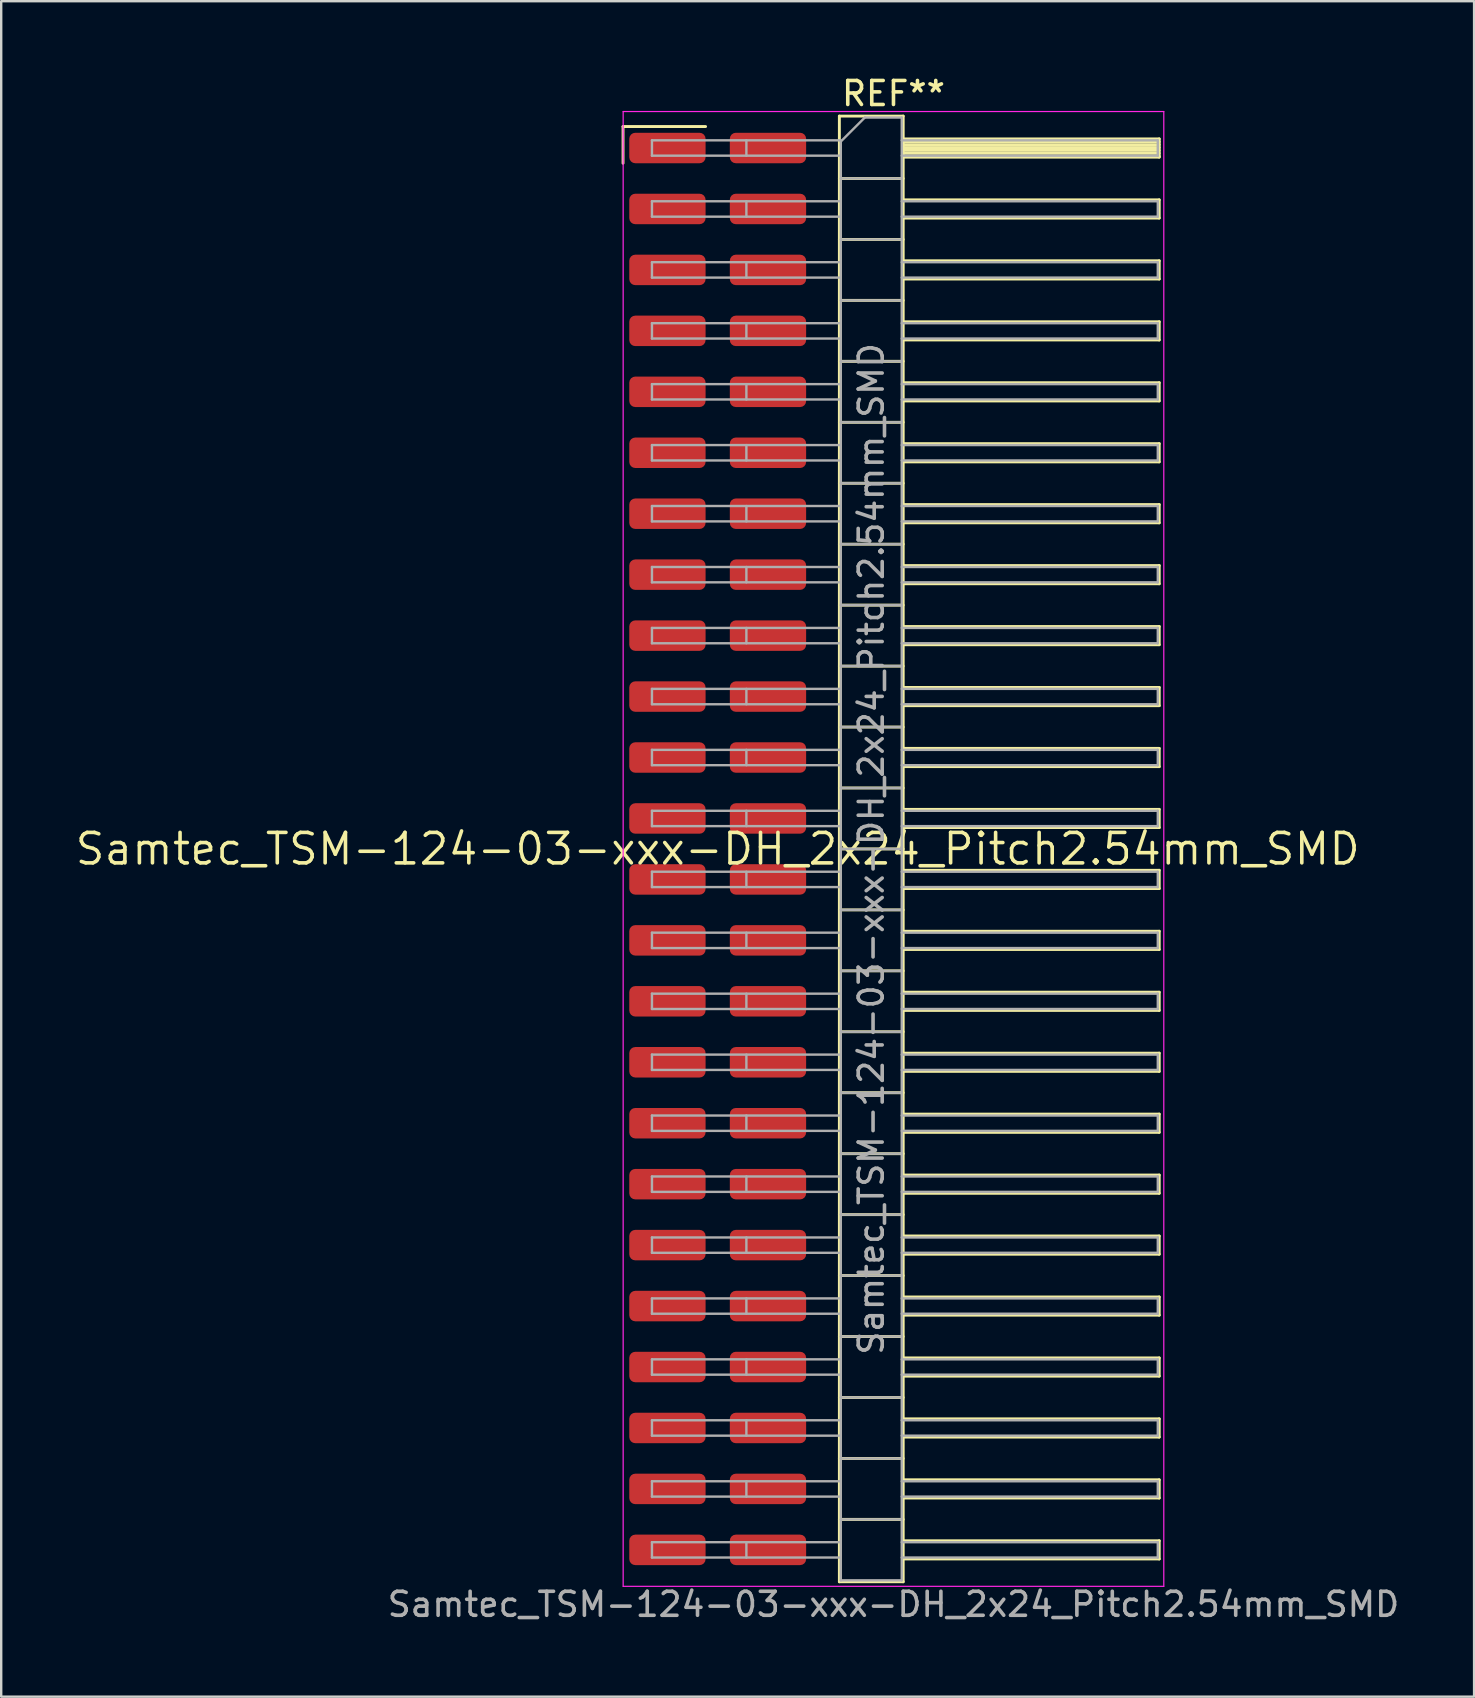
<source format=kicad_pcb>
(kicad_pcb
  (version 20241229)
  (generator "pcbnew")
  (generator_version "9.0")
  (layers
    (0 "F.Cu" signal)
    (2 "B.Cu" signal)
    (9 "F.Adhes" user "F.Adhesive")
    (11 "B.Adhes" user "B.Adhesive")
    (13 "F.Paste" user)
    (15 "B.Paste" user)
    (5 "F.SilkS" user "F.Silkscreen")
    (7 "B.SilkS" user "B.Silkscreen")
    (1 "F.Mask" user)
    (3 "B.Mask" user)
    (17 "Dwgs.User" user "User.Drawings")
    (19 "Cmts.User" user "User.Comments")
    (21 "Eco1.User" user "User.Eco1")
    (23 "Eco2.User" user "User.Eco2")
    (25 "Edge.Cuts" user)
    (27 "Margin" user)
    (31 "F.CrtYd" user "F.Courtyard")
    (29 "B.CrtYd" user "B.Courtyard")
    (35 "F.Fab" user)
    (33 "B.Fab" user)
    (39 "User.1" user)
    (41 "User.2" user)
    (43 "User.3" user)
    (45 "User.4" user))
  (footprint "Samtec_TSM-124-03-xxx-DH_2x24_Pitch2.54mm_SMD"
    (layer "F.Cu")
    (at 26.859 32.328)
    (property "Reference" "Samtec_TSM-124-03-xxx-DH_2x24_Pitch2.54mm_SMD" (at 0 0 0) (layer "F.SilkS") (effects (font (size 1.27 1.27) (thickness 0.15))))
    (attr smd)
    (fp_line (start -3.945 -30.105) (end -0.505 -30.105) (stroke (width 0.12) (type solid)) (layer "F.SilkS"))
    (fp_line (start -3.945 -28.575) (end -3.945 -30.105) (stroke (width 0.12) (type solid)) (layer "F.SilkS"))
    (fp_line (start 5.07 -30.54) (end 7.73 -30.54) (stroke (width 0.12) (type solid)) (layer "F.SilkS"))
    (fp_line (start 5.07 -27.94) (end 7.73 -27.94) (stroke (width 0.12) (type solid)) (layer "F.SilkS"))
    (fp_line (start 5.07 -25.4) (end 7.73 -25.4) (stroke (width 0.12) (type solid)) (layer "F.SilkS"))
    (fp_line (start 5.07 -22.86) (end 7.73 -22.86) (stroke (width 0.12) (type solid)) (layer "F.SilkS"))
    (fp_line (start 5.07 -20.32) (end 7.73 -20.32) (stroke (width 0.12) (type solid)) (layer "F.SilkS"))
    (fp_line (start 5.07 -17.78) (end 7.73 -17.78) (stroke (width 0.12) (type solid)) (layer "F.SilkS"))
    (fp_line (start 5.07 -15.24) (end 7.73 -15.24) (stroke (width 0.12) (type solid)) (layer "F.SilkS"))
    (fp_line (start 5.07 -12.7) (end 7.73 -12.7) (stroke (width 0.12) (type solid)) (layer "F.SilkS"))
    (fp_line (start 5.07 -10.16) (end 7.73 -10.16) (stroke (width 0.12) (type solid)) (layer "F.SilkS"))
    (fp_line (start 5.07 -7.62) (end 7.73 -7.62) (stroke (width 0.12) (type solid)) (layer "F.SilkS"))
    (fp_line (start 5.07 -5.08) (end 7.73 -5.08) (stroke (width 0.12) (type solid)) (layer "F.SilkS"))
    (fp_line (start 5.07 -2.54) (end 7.73 -2.54) (stroke (width 0.12) (type solid)) (layer "F.SilkS"))
    (fp_line (start 5.07 0) (end 7.73 0) (stroke (width 0.12) (type solid)) (layer "F.SilkS"))
    (fp_line (start 5.07 2.54) (end 7.73 2.54) (stroke (width 0.12) (type solid)) (layer "F.SilkS"))
    (fp_line (start 5.07 5.08) (end 7.73 5.08) (stroke (width 0.12) (type solid)) (layer "F.SilkS"))
    (fp_line (start 5.07 7.62) (end 7.73 7.62) (stroke (width 0.12) (type solid)) (layer "F.SilkS"))
    (fp_line (start 5.07 10.16) (end 7.73 10.16) (stroke (width 0.12) (type solid)) (layer "F.SilkS"))
    (fp_line (start 5.07 12.7) (end 7.73 12.7) (stroke (width 0.12) (type solid)) (layer "F.SilkS"))
    (fp_line (start 5.07 15.24) (end 7.73 15.24) (stroke (width 0.12) (type solid)) (layer "F.SilkS"))
    (fp_line (start 5.07 17.78) (end 7.73 17.78) (stroke (width 0.12) (type solid)) (layer "F.SilkS"))
    (fp_line (start 5.07 20.32) (end 7.73 20.32) (stroke (width 0.12) (type solid)) (layer "F.SilkS"))
    (fp_line (start 5.07 22.86) (end 7.73 22.86) (stroke (width 0.12) (type solid)) (layer "F.SilkS"))
    (fp_line (start 5.07 25.4) (end 7.73 25.4) (stroke (width 0.12) (type solid)) (layer "F.SilkS"))
    (fp_line (start 5.07 27.94) (end 7.73 27.94) (stroke (width 0.12) (type solid)) (layer "F.SilkS"))
    (fp_line (start 5.07 30.54) (end 5.07 -30.54) (stroke (width 0.12) (type solid)) (layer "F.SilkS"))
    (fp_line (start 7.73 -30.54) (end 7.73 30.54) (stroke (width 0.12) (type solid)) (layer "F.SilkS"))
    (fp_line (start 7.73 -29.59) (end 18.4 -29.59) (stroke (width 0.12) (type solid)) (layer "F.SilkS"))
    (fp_line (start 7.73 -29.47) (end 18.4 -29.47) (stroke (width 0.12) (type solid)) (layer "F.SilkS"))
    (fp_line (start 7.73 -29.35) (end 18.4 -29.35) (stroke (width 0.12) (type solid)) (layer "F.SilkS"))
    (fp_line (start 7.73 -29.23) (end 18.4 -29.23) (stroke (width 0.12) (type solid)) (layer "F.SilkS"))
    (fp_line (start 7.73 -29.11) (end 18.4 -29.11) (stroke (width 0.12) (type solid)) (layer "F.SilkS"))
    (fp_line (start 7.73 -28.99) (end 18.4 -28.99) (stroke (width 0.12) (type solid)) (layer "F.SilkS"))
    (fp_line (start 7.73 -28.87) (end 18.4 -28.87) (stroke (width 0.12) (type solid)) (layer "F.SilkS"))
    (fp_line (start 7.73 -28.83) (end 18.4 -28.83) (stroke (width 0.12) (type solid)) (layer "F.SilkS"))
    (fp_line (start 7.73 -27.05) (end 18.4 -27.05) (stroke (width 0.12) (type solid)) (layer "F.SilkS"))
    (fp_line (start 7.73 -26.29) (end 18.4 -26.29) (stroke (width 0.12) (type solid)) (layer "F.SilkS"))
    (fp_line (start 7.73 -24.51) (end 18.4 -24.51) (stroke (width 0.12) (type solid)) (layer "F.SilkS"))
    (fp_line (start 7.73 -23.75) (end 18.4 -23.75) (stroke (width 0.12) (type solid)) (layer "F.SilkS"))
    (fp_line (start 7.73 -21.97) (end 18.4 -21.97) (stroke (width 0.12) (type solid)) (layer "F.SilkS"))
    (fp_line (start 7.73 -21.21) (end 18.4 -21.21) (stroke (width 0.12) (type solid)) (layer "F.SilkS"))
    (fp_line (start 7.73 -19.43) (end 18.4 -19.43) (stroke (width 0.12) (type solid)) (layer "F.SilkS"))
    (fp_line (start 7.73 -18.67) (end 18.4 -18.67) (stroke (width 0.12) (type solid)) (layer "F.SilkS"))
    (fp_line (start 7.73 -16.89) (end 18.4 -16.89) (stroke (width 0.12) (type solid)) (layer "F.SilkS"))
    (fp_line (start 7.73 -16.13) (end 18.4 -16.13) (stroke (width 0.12) (type solid)) (layer "F.SilkS"))
    (fp_line (start 7.73 -14.35) (end 18.4 -14.35) (stroke (width 0.12) (type solid)) (layer "F.SilkS"))
    (fp_line (start 7.73 -13.59) (end 18.4 -13.59) (stroke (width 0.12) (type solid)) (layer "F.SilkS"))
    (fp_line (start 7.73 -11.81) (end 18.4 -11.81) (stroke (width 0.12) (type solid)) (layer "F.SilkS"))
    (fp_line (start 7.73 -11.05) (end 18.4 -11.05) (stroke (width 0.12) (type solid)) (layer "F.SilkS"))
    (fp_line (start 7.73 -9.27) (end 18.4 -9.27) (stroke (width 0.12) (type solid)) (layer "F.SilkS"))
    (fp_line (start 7.73 -8.51) (end 18.4 -8.51) (stroke (width 0.12) (type solid)) (layer "F.SilkS"))
    (fp_line (start 7.73 -6.73) (end 18.4 -6.73) (stroke (width 0.12) (type solid)) (layer "F.SilkS"))
    (fp_line (start 7.73 -5.97) (end 18.4 -5.97) (stroke (width 0.12) (type solid)) (layer "F.SilkS"))
    (fp_line (start 7.73 -4.19) (end 18.4 -4.19) (stroke (width 0.12) (type solid)) (layer "F.SilkS"))
    (fp_line (start 7.73 -3.43) (end 18.4 -3.43) (stroke (width 0.12) (type solid)) (layer "F.SilkS"))
    (fp_line (start 7.73 -1.65) (end 18.4 -1.65) (stroke (width 0.12) (type solid)) (layer "F.SilkS"))
    (fp_line (start 7.73 -0.89) (end 18.4 -0.89) (stroke (width 0.12) (type solid)) (layer "F.SilkS"))
    (fp_line (start 7.73 0.89) (end 18.4 0.89) (stroke (width 0.12) (type solid)) (layer "F.SilkS"))
    (fp_line (start 7.73 1.65) (end 18.4 1.65) (stroke (width 0.12) (type solid)) (layer "F.SilkS"))
    (fp_line (start 7.73 3.43) (end 18.4 3.43) (stroke (width 0.12) (type solid)) (layer "F.SilkS"))
    (fp_line (start 7.73 4.19) (end 18.4 4.19) (stroke (width 0.12) (type solid)) (layer "F.SilkS"))
    (fp_line (start 7.73 5.97) (end 18.4 5.97) (stroke (width 0.12) (type solid)) (layer "F.SilkS"))
    (fp_line (start 7.73 6.73) (end 18.4 6.73) (stroke (width 0.12) (type solid)) (layer "F.SilkS"))
    (fp_line (start 7.73 8.51) (end 18.4 8.51) (stroke (width 0.12) (type solid)) (layer "F.SilkS"))
    (fp_line (start 7.73 9.27) (end 18.4 9.27) (stroke (width 0.12) (type solid)) (layer "F.SilkS"))
    (fp_line (start 7.73 11.05) (end 18.4 11.05) (stroke (width 0.12) (type solid)) (layer "F.SilkS"))
    (fp_line (start 7.73 11.81) (end 18.4 11.81) (stroke (width 0.12) (type solid)) (layer "F.SilkS"))
    (fp_line (start 7.73 13.59) (end 18.4 13.59) (stroke (width 0.12) (type solid)) (layer "F.SilkS"))
    (fp_line (start 7.73 14.35) (end 18.4 14.35) (stroke (width 0.12) (type solid)) (layer "F.SilkS"))
    (fp_line (start 7.73 16.13) (end 18.4 16.13) (stroke (width 0.12) (type solid)) (layer "F.SilkS"))
    (fp_line (start 7.73 16.89) (end 18.4 16.89) (stroke (width 0.12) (type solid)) (layer "F.SilkS"))
    (fp_line (start 7.73 18.67) (end 18.4 18.67) (stroke (width 0.12) (type solid)) (layer "F.SilkS"))
    (fp_line (start 7.73 19.43) (end 18.4 19.43) (stroke (width 0.12) (type solid)) (layer "F.SilkS"))
    (fp_line (start 7.73 21.21) (end 18.4 21.21) (stroke (width 0.12) (type solid)) (layer "F.SilkS"))
    (fp_line (start 7.73 21.97) (end 18.4 21.97) (stroke (width 0.12) (type solid)) (layer "F.SilkS"))
    (fp_line (start 7.73 23.75) (end 18.4 23.75) (stroke (width 0.12) (type solid)) (layer "F.SilkS"))
    (fp_line (start 7.73 24.51) (end 18.4 24.51) (stroke (width 0.12) (type solid)) (layer "F.SilkS"))
    (fp_line (start 7.73 26.29) (end 18.4 26.29) (stroke (width 0.12) (type solid)) (layer "F.SilkS"))
    (fp_line (start 7.73 27.05) (end 18.4 27.05) (stroke (width 0.12) (type solid)) (layer "F.SilkS"))
    (fp_line (start 7.73 28.83) (end 18.4 28.83) (stroke (width 0.12) (type solid)) (layer "F.SilkS"))
    (fp_line (start 7.73 29.59) (end 18.4 29.59) (stroke (width 0.12) (type solid)) (layer "F.SilkS"))
    (fp_line (start 7.73 30.54) (end 5.07 30.54) (stroke (width 0.12) (type solid)) (layer "F.SilkS"))
    (fp_line (start 18.4 -29.59) (end 18.4 -28.83) (stroke (width 0.12) (type solid)) (layer "F.SilkS"))
    (fp_line (start 18.4 -27.05) (end 18.4 -26.29) (stroke (width 0.12) (type solid)) (layer "F.SilkS"))
    (fp_line (start 18.4 -24.51) (end 18.4 -23.75) (stroke (width 0.12) (type solid)) (layer "F.SilkS"))
    (fp_line (start 18.4 -21.97) (end 18.4 -21.21) (stroke (width 0.12) (type solid)) (layer "F.SilkS"))
    (fp_line (start 18.4 -19.43) (end 18.4 -18.67) (stroke (width 0.12) (type solid)) (layer "F.SilkS"))
    (fp_line (start 18.4 -16.89) (end 18.4 -16.13) (stroke (width 0.12) (type solid)) (layer "F.SilkS"))
    (fp_line (start 18.4 -14.35) (end 18.4 -13.59) (stroke (width 0.12) (type solid)) (layer "F.SilkS"))
    (fp_line (start 18.4 -11.81) (end 18.4 -11.05) (stroke (width 0.12) (type solid)) (layer "F.SilkS"))
    (fp_line (start 18.4 -9.27) (end 18.4 -8.51) (stroke (width 0.12) (type solid)) (layer "F.SilkS"))
    (fp_line (start 18.4 -6.73) (end 18.4 -5.97) (stroke (width 0.12) (type solid)) (layer "F.SilkS"))
    (fp_line (start 18.4 -4.19) (end 18.4 -3.43) (stroke (width 0.12) (type solid)) (layer "F.SilkS"))
    (fp_line (start 18.4 -1.65) (end 18.4 -0.89) (stroke (width 0.12) (type solid)) (layer "F.SilkS"))
    (fp_line (start 18.4 0.89) (end 18.4 1.65) (stroke (width 0.12) (type solid)) (layer "F.SilkS"))
    (fp_line (start 18.4 3.43) (end 18.4 4.19) (stroke (width 0.12) (type solid)) (layer "F.SilkS"))
    (fp_line (start 18.4 5.97) (end 18.4 6.73) (stroke (width 0.12) (type solid)) (layer "F.SilkS"))
    (fp_line (start 18.4 8.51) (end 18.4 9.27) (stroke (width 0.12) (type solid)) (layer "F.SilkS"))
    (fp_line (start 18.4 11.05) (end 18.4 11.81) (stroke (width 0.12) (type solid)) (layer "F.SilkS"))
    (fp_line (start 18.4 13.59) (end 18.4 14.35) (stroke (width 0.12) (type solid)) (layer "F.SilkS"))
    (fp_line (start 18.4 16.13) (end 18.4 16.89) (stroke (width 0.12) (type solid)) (layer "F.SilkS"))
    (fp_line (start 18.4 18.67) (end 18.4 19.43) (stroke (width 0.12) (type solid)) (layer "F.SilkS"))
    (fp_line (start 18.4 21.21) (end 18.4 21.97) (stroke (width 0.12) (type solid)) (layer "F.SilkS"))
    (fp_line (start 18.4 23.75) (end 18.4 24.51) (stroke (width 0.12) (type solid)) (layer "F.SilkS"))
    (fp_line (start 18.4 26.29) (end 18.4 27.05) (stroke (width 0.12) (type solid)) (layer "F.SilkS"))
    (fp_line (start 18.4 28.83) (end 18.4 29.59) (stroke (width 0.12) (type solid)) (layer "F.SilkS"))
    (fp_line (start -3.94 -30.73) (end 18.59 -30.73) (stroke (width 0.05) (type solid)) (layer "F.CrtYd"))
    (fp_line (start -3.94 30.73) (end -3.94 -30.73) (stroke (width 0.05) (type solid)) (layer "F.CrtYd"))
    (fp_line (start 18.59 -30.73) (end 18.59 30.73) (stroke (width 0.05) (type solid)) (layer "F.CrtYd"))
    (fp_line (start 18.59 30.73) (end -3.94 30.73) (stroke (width 0.05) (type solid)) (layer "F.CrtYd"))
    (fp_line (start -2.74 -29.53) (end -2.74 -28.89) (stroke (width 0.1) (type solid)) (layer "F.Fab"))
    (fp_line (start -2.74 -29.53) (end 5.13 -29.53) (stroke (width 0.1) (type solid)) (layer "F.Fab"))
    (fp_line (start -2.74 -28.89) (end 5.13 -28.89) (stroke (width 0.1) (type solid)) (layer "F.Fab"))
    (fp_line (start -2.74 -26.99) (end -2.74 -26.35) (stroke (width 0.1) (type solid)) (layer "F.Fab"))
    (fp_line (start -2.74 -26.99) (end 5.13 -26.99) (stroke (width 0.1) (type solid)) (layer "F.Fab"))
    (fp_line (start -2.74 -26.35) (end 5.13 -26.35) (stroke (width 0.1) (type solid)) (layer "F.Fab"))
    (fp_line (start -2.74 -24.45) (end -2.74 -23.81) (stroke (width 0.1) (type solid)) (layer "F.Fab"))
    (fp_line (start -2.74 -24.45) (end 5.13 -24.45) (stroke (width 0.1) (type solid)) (layer "F.Fab"))
    (fp_line (start -2.74 -23.81) (end 5.13 -23.81) (stroke (width 0.1) (type solid)) (layer "F.Fab"))
    (fp_line (start -2.74 -21.91) (end -2.74 -21.27) (stroke (width 0.1) (type solid)) (layer "F.Fab"))
    (fp_line (start -2.74 -21.91) (end 5.13 -21.91) (stroke (width 0.1) (type solid)) (layer "F.Fab"))
    (fp_line (start -2.74 -21.27) (end 5.13 -21.27) (stroke (width 0.1) (type solid)) (layer "F.Fab"))
    (fp_line (start -2.74 -19.37) (end -2.74 -18.73) (stroke (width 0.1) (type solid)) (layer "F.Fab"))
    (fp_line (start -2.74 -19.37) (end 5.13 -19.37) (stroke (width 0.1) (type solid)) (layer "F.Fab"))
    (fp_line (start -2.74 -18.73) (end 5.13 -18.73) (stroke (width 0.1) (type solid)) (layer "F.Fab"))
    (fp_line (start -2.74 -16.83) (end -2.74 -16.19) (stroke (width 0.1) (type solid)) (layer "F.Fab"))
    (fp_line (start -2.74 -16.83) (end 5.13 -16.83) (stroke (width 0.1) (type solid)) (layer "F.Fab"))
    (fp_line (start -2.74 -16.19) (end 5.13 -16.19) (stroke (width 0.1) (type solid)) (layer "F.Fab"))
    (fp_line (start -2.74 -14.29) (end -2.74 -13.65) (stroke (width 0.1) (type solid)) (layer "F.Fab"))
    (fp_line (start -2.74 -14.29) (end 5.13 -14.29) (stroke (width 0.1) (type solid)) (layer "F.Fab"))
    (fp_line (start -2.74 -13.65) (end 5.13 -13.65) (stroke (width 0.1) (type solid)) (layer "F.Fab"))
    (fp_line (start -2.74 -11.75) (end -2.74 -11.11) (stroke (width 0.1) (type solid)) (layer "F.Fab"))
    (fp_line (start -2.74 -11.75) (end 5.13 -11.75) (stroke (width 0.1) (type solid)) (layer "F.Fab"))
    (fp_line (start -2.74 -11.11) (end 5.13 -11.11) (stroke (width 0.1) (type solid)) (layer "F.Fab"))
    (fp_line (start -2.74 -9.21) (end -2.74 -8.57) (stroke (width 0.1) (type solid)) (layer "F.Fab"))
    (fp_line (start -2.74 -9.21) (end 5.13 -9.21) (stroke (width 0.1) (type solid)) (layer "F.Fab"))
    (fp_line (start -2.74 -8.57) (end 5.13 -8.57) (stroke (width 0.1) (type solid)) (layer "F.Fab"))
    (fp_line (start -2.74 -6.67) (end -2.74 -6.03) (stroke (width 0.1) (type solid)) (layer "F.Fab"))
    (fp_line (start -2.74 -6.67) (end 5.13 -6.67) (stroke (width 0.1) (type solid)) (layer "F.Fab"))
    (fp_line (start -2.74 -6.03) (end 5.13 -6.03) (stroke (width 0.1) (type solid)) (layer "F.Fab"))
    (fp_line (start -2.74 -4.13) (end -2.74 -3.49) (stroke (width 0.1) (type solid)) (layer "F.Fab"))
    (fp_line (start -2.74 -4.13) (end 5.13 -4.13) (stroke (width 0.1) (type solid)) (layer "F.Fab"))
    (fp_line (start -2.74 -3.49) (end 5.13 -3.49) (stroke (width 0.1) (type solid)) (layer "F.Fab"))
    (fp_line (start -2.74 -1.59) (end -2.74 -0.95) (stroke (width 0.1) (type solid)) (layer "F.Fab"))
    (fp_line (start -2.74 -1.59) (end 5.13 -1.59) (stroke (width 0.1) (type solid)) (layer "F.Fab"))
    (fp_line (start -2.74 -0.95) (end 5.13 -0.95) (stroke (width 0.1) (type solid)) (layer "F.Fab"))
    (fp_line (start -2.74 0.95) (end -2.74 1.59) (stroke (width 0.1) (type solid)) (layer "F.Fab"))
    (fp_line (start -2.74 0.95) (end 5.13 0.95) (stroke (width 0.1) (type solid)) (layer "F.Fab"))
    (fp_line (start -2.74 1.59) (end 5.13 1.59) (stroke (width 0.1) (type solid)) (layer "F.Fab"))
    (fp_line (start -2.74 3.49) (end -2.74 4.13) (stroke (width 0.1) (type solid)) (layer "F.Fab"))
    (fp_line (start -2.74 3.49) (end 5.13 3.49) (stroke (width 0.1) (type solid)) (layer "F.Fab"))
    (fp_line (start -2.74 4.13) (end 5.13 4.13) (stroke (width 0.1) (type solid)) (layer "F.Fab"))
    (fp_line (start -2.74 6.03) (end -2.74 6.67) (stroke (width 0.1) (type solid)) (layer "F.Fab"))
    (fp_line (start -2.74 6.03) (end 5.13 6.03) (stroke (width 0.1) (type solid)) (layer "F.Fab"))
    (fp_line (start -2.74 6.67) (end 5.13 6.67) (stroke (width 0.1) (type solid)) (layer "F.Fab"))
    (fp_line (start -2.74 8.57) (end -2.74 9.21) (stroke (width 0.1) (type solid)) (layer "F.Fab"))
    (fp_line (start -2.74 8.57) (end 5.13 8.57) (stroke (width 0.1) (type solid)) (layer "F.Fab"))
    (fp_line (start -2.74 9.21) (end 5.13 9.21) (stroke (width 0.1) (type solid)) (layer "F.Fab"))
    (fp_line (start -2.74 11.11) (end -2.74 11.75) (stroke (width 0.1) (type solid)) (layer "F.Fab"))
    (fp_line (start -2.74 11.11) (end 5.13 11.11) (stroke (width 0.1) (type solid)) (layer "F.Fab"))
    (fp_line (start -2.74 11.75) (end 5.13 11.75) (stroke (width 0.1) (type solid)) (layer "F.Fab"))
    (fp_line (start -2.74 13.65) (end -2.74 14.29) (stroke (width 0.1) (type solid)) (layer "F.Fab"))
    (fp_line (start -2.74 13.65) (end 5.13 13.65) (stroke (width 0.1) (type solid)) (layer "F.Fab"))
    (fp_line (start -2.74 14.29) (end 5.13 14.29) (stroke (width 0.1) (type solid)) (layer "F.Fab"))
    (fp_line (start -2.74 16.19) (end -2.74 16.83) (stroke (width 0.1) (type solid)) (layer "F.Fab"))
    (fp_line (start -2.74 16.19) (end 5.13 16.19) (stroke (width 0.1) (type solid)) (layer "F.Fab"))
    (fp_line (start -2.74 16.83) (end 5.13 16.83) (stroke (width 0.1) (type solid)) (layer "F.Fab"))
    (fp_line (start -2.74 18.73) (end -2.74 19.37) (stroke (width 0.1) (type solid)) (layer "F.Fab"))
    (fp_line (start -2.74 18.73) (end 5.13 18.73) (stroke (width 0.1) (type solid)) (layer "F.Fab"))
    (fp_line (start -2.74 19.37) (end 5.13 19.37) (stroke (width 0.1) (type solid)) (layer "F.Fab"))
    (fp_line (start -2.74 21.27) (end -2.74 21.91) (stroke (width 0.1) (type solid)) (layer "F.Fab"))
    (fp_line (start -2.74 21.27) (end 5.13 21.27) (stroke (width 0.1) (type solid)) (layer "F.Fab"))
    (fp_line (start -2.74 21.91) (end 5.13 21.91) (stroke (width 0.1) (type solid)) (layer "F.Fab"))
    (fp_line (start -2.74 23.81) (end -2.74 24.45) (stroke (width 0.1) (type solid)) (layer "F.Fab"))
    (fp_line (start -2.74 23.81) (end 5.13 23.81) (stroke (width 0.1) (type solid)) (layer "F.Fab"))
    (fp_line (start -2.74 24.45) (end 5.13 24.45) (stroke (width 0.1) (type solid)) (layer "F.Fab"))
    (fp_line (start -2.74 26.35) (end -2.74 26.99) (stroke (width 0.1) (type solid)) (layer "F.Fab"))
    (fp_line (start -2.74 26.35) (end 5.13 26.35) (stroke (width 0.1) (type solid)) (layer "F.Fab"))
    (fp_line (start -2.74 26.99) (end 5.13 26.99) (stroke (width 0.1) (type solid)) (layer "F.Fab"))
    (fp_line (start -2.74 28.89) (end -2.74 29.53) (stroke (width 0.1) (type solid)) (layer "F.Fab"))
    (fp_line (start -2.74 28.89) (end 5.13 28.89) (stroke (width 0.1) (type solid)) (layer "F.Fab"))
    (fp_line (start -2.74 29.53) (end 5.13 29.53) (stroke (width 0.1) (type solid)) (layer "F.Fab"))
    (fp_line (start 1.195 -29.53) (end 1.195 -28.89) (stroke (width 0.1) (type solid)) (layer "F.Fab"))
    (fp_line (start 1.195 -26.99) (end 1.195 -26.35) (stroke (width 0.1) (type solid)) (layer "F.Fab"))
    (fp_line (start 1.195 -24.45) (end 1.195 -23.81) (stroke (width 0.1) (type solid)) (layer "F.Fab"))
    (fp_line (start 1.195 -21.91) (end 1.195 -21.27) (stroke (width 0.1) (type solid)) (layer "F.Fab"))
    (fp_line (start 1.195 -19.37) (end 1.195 -18.73) (stroke (width 0.1) (type solid)) (layer "F.Fab"))
    (fp_line (start 1.195 -16.83) (end 1.195 -16.19) (stroke (width 0.1) (type solid)) (layer "F.Fab"))
    (fp_line (start 1.195 -14.29) (end 1.195 -13.65) (stroke (width 0.1) (type solid)) (layer "F.Fab"))
    (fp_line (start 1.195 -11.75) (end 1.195 -11.11) (stroke (width 0.1) (type solid)) (layer "F.Fab"))
    (fp_line (start 1.195 -9.21) (end 1.195 -8.57) (stroke (width 0.1) (type solid)) (layer "F.Fab"))
    (fp_line (start 1.195 -6.67) (end 1.195 -6.03) (stroke (width 0.1) (type solid)) (layer "F.Fab"))
    (fp_line (start 1.195 -4.13) (end 1.195 -3.49) (stroke (width 0.1) (type solid)) (layer "F.Fab"))
    (fp_line (start 1.195 -1.59) (end 1.195 -0.95) (stroke (width 0.1) (type solid)) (layer "F.Fab"))
    (fp_line (start 1.195 0.95) (end 1.195 1.59) (stroke (width 0.1) (type solid)) (layer "F.Fab"))
    (fp_line (start 1.195 3.49) (end 1.195 4.13) (stroke (width 0.1) (type solid)) (layer "F.Fab"))
    (fp_line (start 1.195 6.03) (end 1.195 6.67) (stroke (width 0.1) (type solid)) (layer "F.Fab"))
    (fp_line (start 1.195 8.57) (end 1.195 9.21) (stroke (width 0.1) (type solid)) (layer "F.Fab"))
    (fp_line (start 1.195 11.11) (end 1.195 11.75) (stroke (width 0.1) (type solid)) (layer "F.Fab"))
    (fp_line (start 1.195 13.65) (end 1.195 14.29) (stroke (width 0.1) (type solid)) (layer "F.Fab"))
    (fp_line (start 1.195 16.19) (end 1.195 16.83) (stroke (width 0.1) (type solid)) (layer "F.Fab"))
    (fp_line (start 1.195 18.73) (end 1.195 19.37) (stroke (width 0.1) (type solid)) (layer "F.Fab"))
    (fp_line (start 1.195 21.27) (end 1.195 21.91) (stroke (width 0.1) (type solid)) (layer "F.Fab"))
    (fp_line (start 1.195 23.81) (end 1.195 24.45) (stroke (width 0.1) (type solid)) (layer "F.Fab"))
    (fp_line (start 1.195 26.35) (end 1.195 26.99) (stroke (width 0.1) (type solid)) (layer "F.Fab"))
    (fp_line (start 1.195 28.89) (end 1.195 29.53) (stroke (width 0.1) (type solid)) (layer "F.Fab"))
    (fp_line (start 5.13 -29.48) (end 6.13 -30.48) (stroke (width 0.1) (type solid)) (layer "F.Fab"))
    (fp_line (start 5.13 -27.94) (end 7.67 -27.94) (stroke (width 0.1) (type solid)) (layer "F.Fab"))
    (fp_line (start 5.13 -25.4) (end 7.67 -25.4) (stroke (width 0.1) (type solid)) (layer "F.Fab"))
    (fp_line (start 5.13 -22.86) (end 7.67 -22.86) (stroke (width 0.1) (type solid)) (layer "F.Fab"))
    (fp_line (start 5.13 -20.32) (end 7.67 -20.32) (stroke (width 0.1) (type solid)) (layer "F.Fab"))
    (fp_line (start 5.13 -17.78) (end 7.67 -17.78) (stroke (width 0.1) (type solid)) (layer "F.Fab"))
    (fp_line (start 5.13 -15.24) (end 7.67 -15.24) (stroke (width 0.1) (type solid)) (layer "F.Fab"))
    (fp_line (start 5.13 -12.7) (end 7.67 -12.7) (stroke (width 0.1) (type solid)) (layer "F.Fab"))
    (fp_line (start 5.13 -10.16) (end 7.67 -10.16) (stroke (width 0.1) (type solid)) (layer "F.Fab"))
    (fp_line (start 5.13 -7.62) (end 7.67 -7.62) (stroke (width 0.1) (type solid)) (layer "F.Fab"))
    (fp_line (start 5.13 -5.08) (end 7.67 -5.08) (stroke (width 0.1) (type solid)) (layer "F.Fab"))
    (fp_line (start 5.13 -2.54) (end 7.67 -2.54) (stroke (width 0.1) (type solid)) (layer "F.Fab"))
    (fp_line (start 5.13 0) (end 7.67 0) (stroke (width 0.1) (type solid)) (layer "F.Fab"))
    (fp_line (start 5.13 2.54) (end 7.67 2.54) (stroke (width 0.1) (type solid)) (layer "F.Fab"))
    (fp_line (start 5.13 5.08) (end 7.67 5.08) (stroke (width 0.1) (type solid)) (layer "F.Fab"))
    (fp_line (start 5.13 7.62) (end 7.67 7.62) (stroke (width 0.1) (type solid)) (layer "F.Fab"))
    (fp_line (start 5.13 10.16) (end 7.67 10.16) (stroke (width 0.1) (type solid)) (layer "F.Fab"))
    (fp_line (start 5.13 12.7) (end 7.67 12.7) (stroke (width 0.1) (type solid)) (layer "F.Fab"))
    (fp_line (start 5.13 15.24) (end 7.67 15.24) (stroke (width 0.1) (type solid)) (layer "F.Fab"))
    (fp_line (start 5.13 17.78) (end 7.67 17.78) (stroke (width 0.1) (type solid)) (layer "F.Fab"))
    (fp_line (start 5.13 20.32) (end 7.67 20.32) (stroke (width 0.1) (type solid)) (layer "F.Fab"))
    (fp_line (start 5.13 22.86) (end 7.67 22.86) (stroke (width 0.1) (type solid)) (layer "F.Fab"))
    (fp_line (start 5.13 25.4) (end 7.67 25.4) (stroke (width 0.1) (type solid)) (layer "F.Fab"))
    (fp_line (start 5.13 27.94) (end 7.67 27.94) (stroke (width 0.1) (type solid)) (layer "F.Fab"))
    (fp_line (start 5.13 30.48) (end 5.13 -29.48) (stroke (width 0.1) (type solid)) (layer "F.Fab"))
    (fp_line (start 6.13 -30.48) (end 7.67 -30.48) (stroke (width 0.1) (type solid)) (layer "F.Fab"))
    (fp_line (start 7.67 -30.48) (end 7.67 30.48) (stroke (width 0.1) (type solid)) (layer "F.Fab"))
    (fp_line (start 7.67 -29.53) (end 18.34 -29.53) (stroke (width 0.1) (type solid)) (layer "F.Fab"))
    (fp_line (start 7.67 -28.89) (end 18.34 -28.89) (stroke (width 0.1) (type solid)) (layer "F.Fab"))
    (fp_line (start 7.67 -26.99) (end 18.34 -26.99) (stroke (width 0.1) (type solid)) (layer "F.Fab"))
    (fp_line (start 7.67 -26.35) (end 18.34 -26.35) (stroke (width 0.1) (type solid)) (layer "F.Fab"))
    (fp_line (start 7.67 -24.45) (end 18.34 -24.45) (stroke (width 0.1) (type solid)) (layer "F.Fab"))
    (fp_line (start 7.67 -23.81) (end 18.34 -23.81) (stroke (width 0.1) (type solid)) (layer "F.Fab"))
    (fp_line (start 7.67 -21.91) (end 18.34 -21.91) (stroke (width 0.1) (type solid)) (layer "F.Fab"))
    (fp_line (start 7.67 -21.27) (end 18.34 -21.27) (stroke (width 0.1) (type solid)) (layer "F.Fab"))
    (fp_line (start 7.67 -19.37) (end 18.34 -19.37) (stroke (width 0.1) (type solid)) (layer "F.Fab"))
    (fp_line (start 7.67 -18.73) (end 18.34 -18.73) (stroke (width 0.1) (type solid)) (layer "F.Fab"))
    (fp_line (start 7.67 -16.83) (end 18.34 -16.83) (stroke (width 0.1) (type solid)) (layer "F.Fab"))
    (fp_line (start 7.67 -16.19) (end 18.34 -16.19) (stroke (width 0.1) (type solid)) (layer "F.Fab"))
    (fp_line (start 7.67 -14.29) (end 18.34 -14.29) (stroke (width 0.1) (type solid)) (layer "F.Fab"))
    (fp_line (start 7.67 -13.65) (end 18.34 -13.65) (stroke (width 0.1) (type solid)) (layer "F.Fab"))
    (fp_line (start 7.67 -11.75) (end 18.34 -11.75) (stroke (width 0.1) (type solid)) (layer "F.Fab"))
    (fp_line (start 7.67 -11.11) (end 18.34 -11.11) (stroke (width 0.1) (type solid)) (layer "F.Fab"))
    (fp_line (start 7.67 -9.21) (end 18.34 -9.21) (stroke (width 0.1) (type solid)) (layer "F.Fab"))
    (fp_line (start 7.67 -8.57) (end 18.34 -8.57) (stroke (width 0.1) (type solid)) (layer "F.Fab"))
    (fp_line (start 7.67 -6.67) (end 18.34 -6.67) (stroke (width 0.1) (type solid)) (layer "F.Fab"))
    (fp_line (start 7.67 -6.03) (end 18.34 -6.03) (stroke (width 0.1) (type solid)) (layer "F.Fab"))
    (fp_line (start 7.67 -4.13) (end 18.34 -4.13) (stroke (width 0.1) (type solid)) (layer "F.Fab"))
    (fp_line (start 7.67 -3.49) (end 18.34 -3.49) (stroke (width 0.1) (type solid)) (layer "F.Fab"))
    (fp_line (start 7.67 -1.59) (end 18.34 -1.59) (stroke (width 0.1) (type solid)) (layer "F.Fab"))
    (fp_line (start 7.67 -0.95) (end 18.34 -0.95) (stroke (width 0.1) (type solid)) (layer "F.Fab"))
    (fp_line (start 7.67 0.95) (end 18.34 0.95) (stroke (width 0.1) (type solid)) (layer "F.Fab"))
    (fp_line (start 7.67 1.59) (end 18.34 1.59) (stroke (width 0.1) (type solid)) (layer "F.Fab"))
    (fp_line (start 7.67 3.49) (end 18.34 3.49) (stroke (width 0.1) (type solid)) (layer "F.Fab"))
    (fp_line (start 7.67 4.13) (end 18.34 4.13) (stroke (width 0.1) (type solid)) (layer "F.Fab"))
    (fp_line (start 7.67 6.03) (end 18.34 6.03) (stroke (width 0.1) (type solid)) (layer "F.Fab"))
    (fp_line (start 7.67 6.67) (end 18.34 6.67) (stroke (width 0.1) (type solid)) (layer "F.Fab"))
    (fp_line (start 7.67 8.57) (end 18.34 8.57) (stroke (width 0.1) (type solid)) (layer "F.Fab"))
    (fp_line (start 7.67 9.21) (end 18.34 9.21) (stroke (width 0.1) (type solid)) (layer "F.Fab"))
    (fp_line (start 7.67 11.11) (end 18.34 11.11) (stroke (width 0.1) (type solid)) (layer "F.Fab"))
    (fp_line (start 7.67 11.75) (end 18.34 11.75) (stroke (width 0.1) (type solid)) (layer "F.Fab"))
    (fp_line (start 7.67 13.65) (end 18.34 13.65) (stroke (width 0.1) (type solid)) (layer "F.Fab"))
    (fp_line (start 7.67 14.29) (end 18.34 14.29) (stroke (width 0.1) (type solid)) (layer "F.Fab"))
    (fp_line (start 7.67 16.19) (end 18.34 16.19) (stroke (width 0.1) (type solid)) (layer "F.Fab"))
    (fp_line (start 7.67 16.83) (end 18.34 16.83) (stroke (width 0.1) (type solid)) (layer "F.Fab"))
    (fp_line (start 7.67 18.73) (end 18.34 18.73) (stroke (width 0.1) (type solid)) (layer "F.Fab"))
    (fp_line (start 7.67 19.37) (end 18.34 19.37) (stroke (width 0.1) (type solid)) (layer "F.Fab"))
    (fp_line (start 7.67 21.27) (end 18.34 21.27) (stroke (width 0.1) (type solid)) (layer "F.Fab"))
    (fp_line (start 7.67 21.91) (end 18.34 21.91) (stroke (width 0.1) (type solid)) (layer "F.Fab"))
    (fp_line (start 7.67 23.81) (end 18.34 23.81) (stroke (width 0.1) (type solid)) (layer "F.Fab"))
    (fp_line (start 7.67 24.45) (end 18.34 24.45) (stroke (width 0.1) (type solid)) (layer "F.Fab"))
    (fp_line (start 7.67 26.35) (end 18.34 26.35) (stroke (width 0.1) (type solid)) (layer "F.Fab"))
    (fp_line (start 7.67 26.99) (end 18.34 26.99) (stroke (width 0.1) (type solid)) (layer "F.Fab"))
    (fp_line (start 7.67 28.89) (end 18.34 28.89) (stroke (width 0.1) (type solid)) (layer "F.Fab"))
    (fp_line (start 7.67 29.53) (end 18.34 29.53) (stroke (width 0.1) (type solid)) (layer "F.Fab"))
    (fp_line (start 7.67 30.48) (end 5.13 30.48) (stroke (width 0.1) (type solid)) (layer "F.Fab"))
    (fp_line (start 18.34 -29.53) (end 18.34 -28.89) (stroke (width 0.1) (type solid)) (layer "F.Fab"))
    (fp_line (start 18.34 -26.99) (end 18.34 -26.35) (stroke (width 0.1) (type solid)) (layer "F.Fab"))
    (fp_line (start 18.34 -24.45) (end 18.34 -23.81) (stroke (width 0.1) (type solid)) (layer "F.Fab"))
    (fp_line (start 18.34 -21.91) (end 18.34 -21.27) (stroke (width 0.1) (type solid)) (layer "F.Fab"))
    (fp_line (start 18.34 -19.37) (end 18.34 -18.73) (stroke (width 0.1) (type solid)) (layer "F.Fab"))
    (fp_line (start 18.34 -16.83) (end 18.34 -16.19) (stroke (width 0.1) (type solid)) (layer "F.Fab"))
    (fp_line (start 18.34 -14.29) (end 18.34 -13.65) (stroke (width 0.1) (type solid)) (layer "F.Fab"))
    (fp_line (start 18.34 -11.75) (end 18.34 -11.11) (stroke (width 0.1) (type solid)) (layer "F.Fab"))
    (fp_line (start 18.34 -9.21) (end 18.34 -8.57) (stroke (width 0.1) (type solid)) (layer "F.Fab"))
    (fp_line (start 18.34 -6.67) (end 18.34 -6.03) (stroke (width 0.1) (type solid)) (layer "F.Fab"))
    (fp_line (start 18.34 -4.13) (end 18.34 -3.49) (stroke (width 0.1) (type solid)) (layer "F.Fab"))
    (fp_line (start 18.34 -1.59) (end 18.34 -0.95) (stroke (width 0.1) (type solid)) (layer "F.Fab"))
    (fp_line (start 18.34 0.95) (end 18.34 1.59) (stroke (width 0.1) (type solid)) (layer "F.Fab"))
    (fp_line (start 18.34 3.49) (end 18.34 4.13) (stroke (width 0.1) (type solid)) (layer "F.Fab"))
    (fp_line (start 18.34 6.03) (end 18.34 6.67) (stroke (width 0.1) (type solid)) (layer "F.Fab"))
    (fp_line (start 18.34 8.57) (end 18.34 9.21) (stroke (width 0.1) (type solid)) (layer "F.Fab"))
    (fp_line (start 18.34 11.11) (end 18.34 11.75) (stroke (width 0.1) (type solid)) (layer "F.Fab"))
    (fp_line (start 18.34 13.65) (end 18.34 14.29) (stroke (width 0.1) (type solid)) (layer "F.Fab"))
    (fp_line (start 18.34 16.19) (end 18.34 16.83) (stroke (width 0.1) (type solid)) (layer "F.Fab"))
    (fp_line (start 18.34 18.73) (end 18.34 19.37) (stroke (width 0.1) (type solid)) (layer "F.Fab"))
    (fp_line (start 18.34 21.27) (end 18.34 21.91) (stroke (width 0.1) (type solid)) (layer "F.Fab"))
    (fp_line (start 18.34 23.81) (end 18.34 24.45) (stroke (width 0.1) (type solid)) (layer "F.Fab"))
    (fp_line (start 18.34 26.35) (end 18.34 26.99) (stroke (width 0.1) (type solid)) (layer "F.Fab"))
    (fp_line (start 18.34 28.89) (end 18.34 29.53) (stroke (width 0.1) (type solid)) (layer "F.Fab"))
    (fp_text user "REF**" (at 7.325 -31.48 0) (layer "F.SilkS") (effects (font (size 1 1) (thickness 0.15))))
    (fp_text user "${REFERENCE}" (at 6.4 0 90) (layer "F.Fab") (effects (font (size 1 1) (thickness 0.15))))
    (fp_text user "Samtec_TSM-124-03-xxx-DH_2x24_Pitch2.54mm_SMD" (at 7.325 31.48 0) (layer "F.Fab") (effects (font (size 1 1) (thickness 0.15))))
    (pad "1" smd roundrect (at -2.095 -29.21) (size 3.18 1.27) (layers "F.Cu" "F.Mask" "F.Paste") (roundrect_rratio 0.197))
    (pad "2" smd roundrect (at 2.095 -29.21) (size 3.18 1.27) (layers "F.Cu" "F.Mask" "F.Paste") (roundrect_rratio 0.197))
    (pad "3" smd roundrect (at -2.095 -26.67) (size 3.18 1.27) (layers "F.Cu" "F.Mask" "F.Paste") (roundrect_rratio 0.197))
    (pad "4" smd roundrect (at 2.095 -26.67) (size 3.18 1.27) (layers "F.Cu" "F.Mask" "F.Paste") (roundrect_rratio 0.197))
    (pad "5" smd roundrect (at -2.095 -24.13) (size 3.18 1.27) (layers "F.Cu" "F.Mask" "F.Paste") (roundrect_rratio 0.197))
    (pad "6" smd roundrect (at 2.095 -24.13) (size 3.18 1.27) (layers "F.Cu" "F.Mask" "F.Paste") (roundrect_rratio 0.197))
    (pad "7" smd roundrect (at -2.095 -21.59) (size 3.18 1.27) (layers "F.Cu" "F.Mask" "F.Paste") (roundrect_rratio 0.197))
    (pad "8" smd roundrect (at 2.095 -21.59) (size 3.18 1.27) (layers "F.Cu" "F.Mask" "F.Paste") (roundrect_rratio 0.197))
    (pad "9" smd roundrect (at -2.095 -19.05) (size 3.18 1.27) (layers "F.Cu" "F.Mask" "F.Paste") (roundrect_rratio 0.197))
    (pad "10" smd roundrect (at 2.095 -19.05) (size 3.18 1.27) (layers "F.Cu" "F.Mask" "F.Paste") (roundrect_rratio 0.197))
    (pad "11" smd roundrect (at -2.095 -16.51) (size 3.18 1.27) (layers "F.Cu" "F.Mask" "F.Paste") (roundrect_rratio 0.197))
    (pad "12" smd roundrect (at 2.095 -16.51) (size 3.18 1.27) (layers "F.Cu" "F.Mask" "F.Paste") (roundrect_rratio 0.197))
    (pad "13" smd roundrect (at -2.095 -13.97) (size 3.18 1.27) (layers "F.Cu" "F.Mask" "F.Paste") (roundrect_rratio 0.197))
    (pad "14" smd roundrect (at 2.095 -13.97) (size 3.18 1.27) (layers "F.Cu" "F.Mask" "F.Paste") (roundrect_rratio 0.197))
    (pad "15" smd roundrect (at -2.095 -11.43) (size 3.18 1.27) (layers "F.Cu" "F.Mask" "F.Paste") (roundrect_rratio 0.197))
    (pad "16" smd roundrect (at 2.095 -11.43) (size 3.18 1.27) (layers "F.Cu" "F.Mask" "F.Paste") (roundrect_rratio 0.197))
    (pad "17" smd roundrect (at -2.095 -8.89) (size 3.18 1.27) (layers "F.Cu" "F.Mask" "F.Paste") (roundrect_rratio 0.197))
    (pad "18" smd roundrect (at 2.095 -8.89) (size 3.18 1.27) (layers "F.Cu" "F.Mask" "F.Paste") (roundrect_rratio 0.197))
    (pad "19" smd roundrect (at -2.095 -6.35) (size 3.18 1.27) (layers "F.Cu" "F.Mask" "F.Paste") (roundrect_rratio 0.197))
    (pad "20" smd roundrect (at 2.095 -6.35) (size 3.18 1.27) (layers "F.Cu" "F.Mask" "F.Paste") (roundrect_rratio 0.197))
    (pad "21" smd roundrect (at -2.095 -3.81) (size 3.18 1.27) (layers "F.Cu" "F.Mask" "F.Paste") (roundrect_rratio 0.197))
    (pad "22" smd roundrect (at 2.095 -3.81) (size 3.18 1.27) (layers "F.Cu" "F.Mask" "F.Paste") (roundrect_rratio 0.197))
    (pad "23" smd roundrect (at -2.095 -1.27) (size 3.18 1.27) (layers "F.Cu" "F.Mask" "F.Paste") (roundrect_rratio 0.197))
    (pad "24" smd roundrect (at 2.095 -1.27) (size 3.18 1.27) (layers "F.Cu" "F.Mask" "F.Paste") (roundrect_rratio 0.197))
    (pad "25" smd roundrect (at -2.095 1.27) (size 3.18 1.27) (layers "F.Cu" "F.Mask" "F.Paste") (roundrect_rratio 0.197))
    (pad "26" smd roundrect (at 2.095 1.27) (size 3.18 1.27) (layers "F.Cu" "F.Mask" "F.Paste") (roundrect_rratio 0.197))
    (pad "27" smd roundrect (at -2.095 3.81) (size 3.18 1.27) (layers "F.Cu" "F.Mask" "F.Paste") (roundrect_rratio 0.197))
    (pad "28" smd roundrect (at 2.095 3.81) (size 3.18 1.27) (layers "F.Cu" "F.Mask" "F.Paste") (roundrect_rratio 0.197))
    (pad "29" smd roundrect (at -2.095 6.35) (size 3.18 1.27) (layers "F.Cu" "F.Mask" "F.Paste") (roundrect_rratio 0.197))
    (pad "30" smd roundrect (at 2.095 6.35) (size 3.18 1.27) (layers "F.Cu" "F.Mask" "F.Paste") (roundrect_rratio 0.197))
    (pad "31" smd roundrect (at -2.095 8.89) (size 3.18 1.27) (layers "F.Cu" "F.Mask" "F.Paste") (roundrect_rratio 0.197))
    (pad "32" smd roundrect (at 2.095 8.89) (size 3.18 1.27) (layers "F.Cu" "F.Mask" "F.Paste") (roundrect_rratio 0.197))
    (pad "33" smd roundrect (at -2.095 11.43) (size 3.18 1.27) (layers "F.Cu" "F.Mask" "F.Paste") (roundrect_rratio 0.197))
    (pad "34" smd roundrect (at 2.095 11.43) (size 3.18 1.27) (layers "F.Cu" "F.Mask" "F.Paste") (roundrect_rratio 0.197))
    (pad "35" smd roundrect (at -2.095 13.97) (size 3.18 1.27) (layers "F.Cu" "F.Mask" "F.Paste") (roundrect_rratio 0.197))
    (pad "36" smd roundrect (at 2.095 13.97) (size 3.18 1.27) (layers "F.Cu" "F.Mask" "F.Paste") (roundrect_rratio 0.197))
    (pad "37" smd roundrect (at -2.095 16.51) (size 3.18 1.27) (layers "F.Cu" "F.Mask" "F.Paste") (roundrect_rratio 0.197))
    (pad "38" smd roundrect (at 2.095 16.51) (size 3.18 1.27) (layers "F.Cu" "F.Mask" "F.Paste") (roundrect_rratio 0.197))
    (pad "39" smd roundrect (at -2.095 19.05) (size 3.18 1.27) (layers "F.Cu" "F.Mask" "F.Paste") (roundrect_rratio 0.197))
    (pad "40" smd roundrect (at 2.095 19.05) (size 3.18 1.27) (layers "F.Cu" "F.Mask" "F.Paste") (roundrect_rratio 0.197))
    (pad "41" smd roundrect (at -2.095 21.59) (size 3.18 1.27) (layers "F.Cu" "F.Mask" "F.Paste") (roundrect_rratio 0.197))
    (pad "42" smd roundrect (at 2.095 21.59) (size 3.18 1.27) (layers "F.Cu" "F.Mask" "F.Paste") (roundrect_rratio 0.197))
    (pad "43" smd roundrect (at -2.095 24.13) (size 3.18 1.27) (layers "F.Cu" "F.Mask" "F.Paste") (roundrect_rratio 0.197))
    (pad "44" smd roundrect (at 2.095 24.13) (size 3.18 1.27) (layers "F.Cu" "F.Mask" "F.Paste") (roundrect_rratio 0.197))
    (pad "45" smd roundrect (at -2.095 26.67) (size 3.18 1.27) (layers "F.Cu" "F.Mask" "F.Paste") (roundrect_rratio 0.197))
    (pad "46" smd roundrect (at 2.095 26.67) (size 3.18 1.27) (layers "F.Cu" "F.Mask" "F.Paste") (roundrect_rratio 0.197))
    (pad "47" smd roundrect (at -2.095 29.21) (size 3.18 1.27) (layers "F.Cu" "F.Mask" "F.Paste") (roundrect_rratio 0.197))
    (pad "48" smd roundrect (at 2.095 29.21) (size 3.18 1.27) (layers "F.Cu" "F.Mask" "F.Paste") (roundrect_rratio 0.197)))
  (gr_rect
    (start -3 -3)
    (end 58.38 67.656)
    (stroke (width 0.1) (type default))
    (fill no)
    (layer "Edge.Cuts")))
</source>
